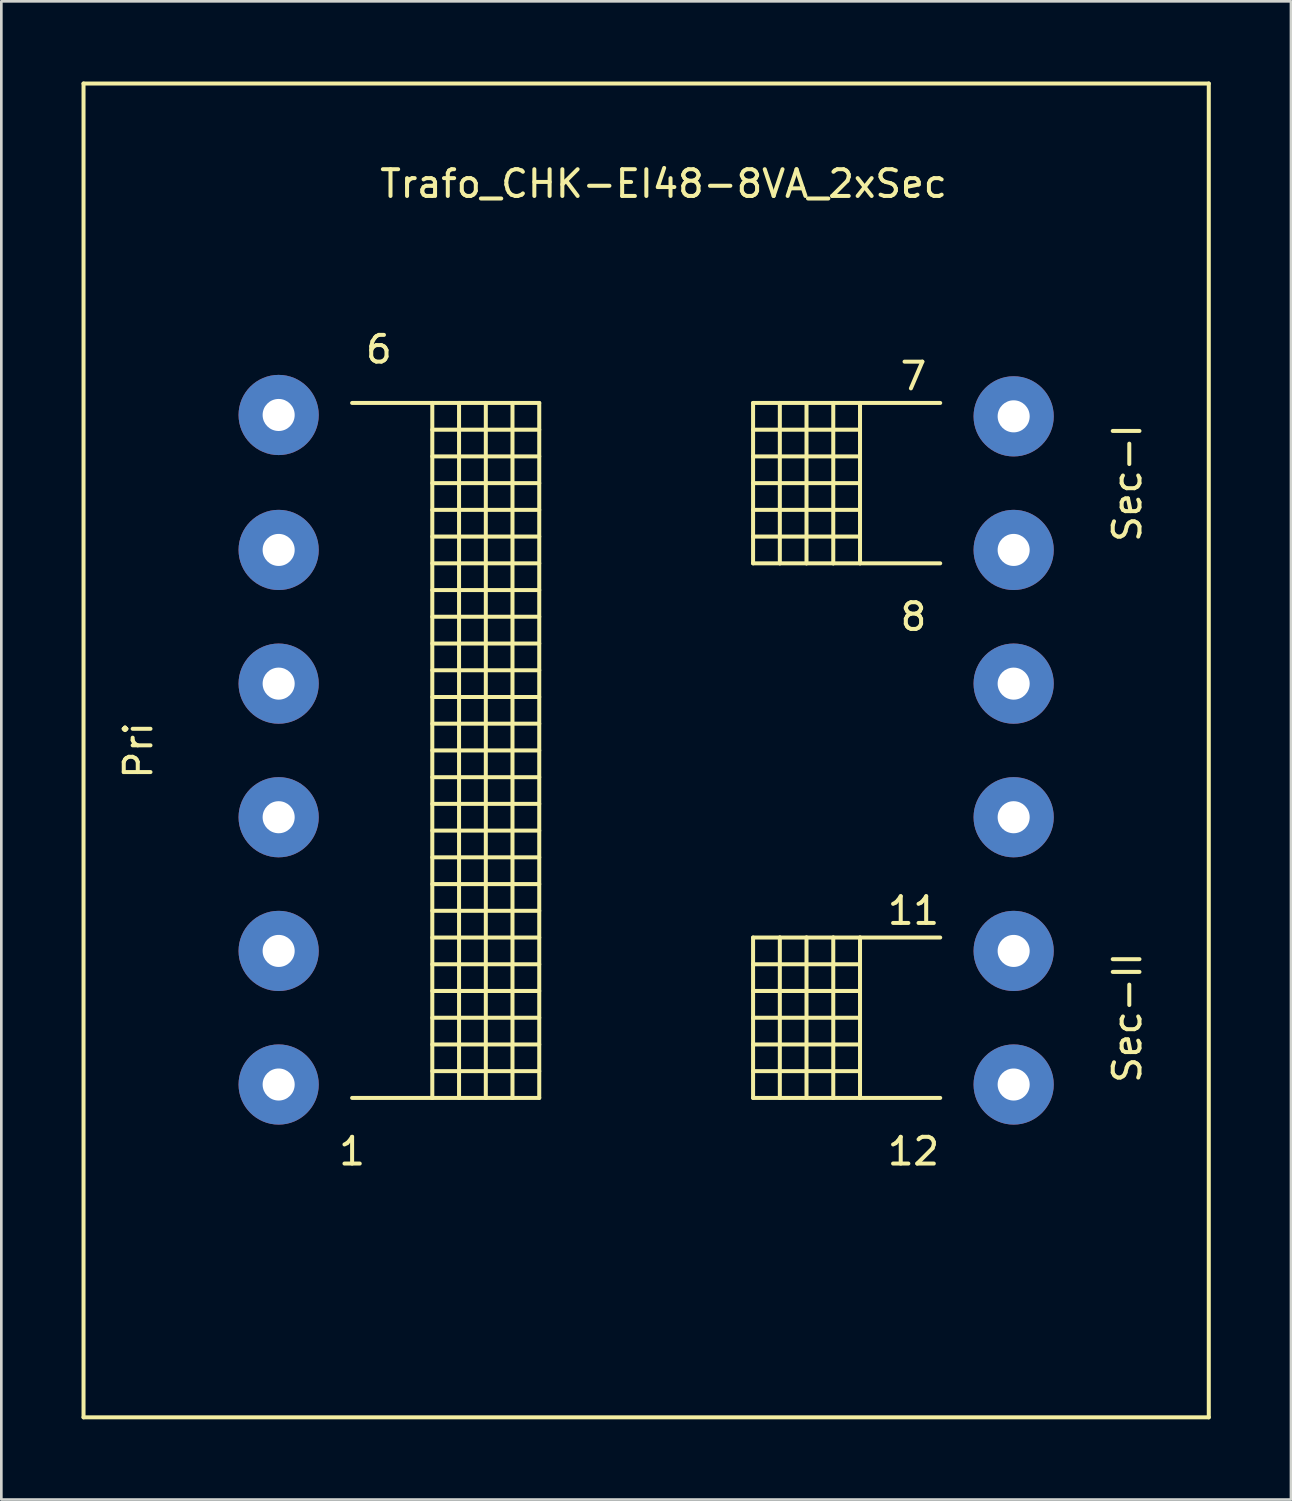
<source format=kicad_pcb>
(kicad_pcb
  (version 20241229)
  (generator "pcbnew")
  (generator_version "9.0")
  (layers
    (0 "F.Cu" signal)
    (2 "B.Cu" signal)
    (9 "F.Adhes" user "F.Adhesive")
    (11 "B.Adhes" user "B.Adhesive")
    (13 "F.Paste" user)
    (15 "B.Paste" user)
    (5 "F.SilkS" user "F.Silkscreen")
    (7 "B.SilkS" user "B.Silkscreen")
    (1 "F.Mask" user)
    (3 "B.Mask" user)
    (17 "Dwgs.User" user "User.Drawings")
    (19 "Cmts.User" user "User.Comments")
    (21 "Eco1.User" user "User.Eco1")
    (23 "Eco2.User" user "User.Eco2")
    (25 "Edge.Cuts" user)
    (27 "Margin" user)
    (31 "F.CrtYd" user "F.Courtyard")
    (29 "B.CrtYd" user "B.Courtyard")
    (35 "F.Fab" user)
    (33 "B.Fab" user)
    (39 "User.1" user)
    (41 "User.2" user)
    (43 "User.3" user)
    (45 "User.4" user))
  (footprint "Trafo_CHK-EI48-8VA_2xSec"
    (layer "F.Cu")
    (at 21.124 25.025)
    (property "Reference" "Trafo_CHK-EI48-8VA_2xSec" (at 0.65 -21.199 0) (layer "F.SilkS") (effects (font (size 1 1) (thickness 0.15))))
    (attr through_hole)
    (fp_line (start -21.049 -24.95) (end 21.049 -24.95) (stroke (width 0.15) (type solid)) (layer "F.SilkS"))
    (fp_line (start -21.049 24.95) (end -21.049 -24.95) (stroke (width 0.15) (type solid)) (layer "F.SilkS"))
    (fp_line (start -11.001 -13) (end -8.001 -13) (stroke (width 0.15) (type solid)) (layer "F.SilkS"))
    (fp_line (start -8.001 -13) (end -8.001 13) (stroke (width 0.15) (type solid)) (layer "F.SilkS"))
    (fp_line (start -8.001 -13) (end -7 -13) (stroke (width 0.15) (type solid)) (layer "F.SilkS"))
    (fp_line (start -8.001 -11.999) (end -4 -11.999) (stroke (width 0.15) (type solid)) (layer "F.SilkS"))
    (fp_line (start -8.001 -11.001) (end -4 -11.001) (stroke (width 0.15) (type solid)) (layer "F.SilkS"))
    (fp_line (start -8.001 -10) (end -4 -10) (stroke (width 0.15) (type solid)) (layer "F.SilkS"))
    (fp_line (start -8.001 -8.999) (end -4 -8.999) (stroke (width 0.15) (type solid)) (layer "F.SilkS"))
    (fp_line (start -8.001 -8.001) (end -4 -8.001) (stroke (width 0.15) (type solid)) (layer "F.SilkS"))
    (fp_line (start -8.001 -7) (end -4 -7) (stroke (width 0.15) (type solid)) (layer "F.SilkS"))
    (fp_line (start -8.001 -5.999) (end -4 -5.999) (stroke (width 0.15) (type solid)) (layer "F.SilkS"))
    (fp_line (start -8.001 -5.001) (end -4 -5.001) (stroke (width 0.15) (type solid)) (layer "F.SilkS"))
    (fp_line (start -8.001 -4) (end -4 -4) (stroke (width 0.15) (type solid)) (layer "F.SilkS"))
    (fp_line (start -8.001 -3) (end -4 -3) (stroke (width 0.15) (type solid)) (layer "F.SilkS"))
    (fp_line (start -8.001 -1.001) (end -4 -1.001) (stroke (width 0.15) (type solid)) (layer "F.SilkS"))
    (fp_line (start -8.001 0) (end -4 0) (stroke (width 0.15) (type solid)) (layer "F.SilkS"))
    (fp_line (start -8.001 1.999) (end -4 1.999) (stroke (width 0.15) (type solid)) (layer "F.SilkS"))
    (fp_line (start -8.001 4) (end -4 4) (stroke (width 0.15) (type solid)) (layer "F.SilkS"))
    (fp_line (start -8.001 5.999) (end -4 5.999) (stroke (width 0.15) (type solid)) (layer "F.SilkS"))
    (fp_line (start -8.001 8.001) (end -4 8.001) (stroke (width 0.15) (type solid)) (layer "F.SilkS"))
    (fp_line (start -8.001 10) (end -4 10) (stroke (width 0.15) (type solid)) (layer "F.SilkS"))
    (fp_line (start -8.001 11.999) (end -4 11.999) (stroke (width 0.15) (type solid)) (layer "F.SilkS"))
    (fp_line (start -8.001 13) (end -11.001 13) (stroke (width 0.15) (type solid)) (layer "F.SilkS"))
    (fp_line (start -7 -13) (end -7 13) (stroke (width 0.15) (type solid)) (layer "F.SilkS"))
    (fp_line (start -7 -13) (end -5.999 -13) (stroke (width 0.15) (type solid)) (layer "F.SilkS"))
    (fp_line (start -7 13) (end -8.001 13) (stroke (width 0.15) (type solid)) (layer "F.SilkS"))
    (fp_line (start -5.999 -13) (end -5.999 13) (stroke (width 0.15) (type solid)) (layer "F.SilkS"))
    (fp_line (start -5.999 -13) (end -5.001 -13) (stroke (width 0.15) (type solid)) (layer "F.SilkS"))
    (fp_line (start -5.999 13) (end -7 13) (stroke (width 0.15) (type solid)) (layer "F.SilkS"))
    (fp_line (start -5.001 -13) (end -5.001 13) (stroke (width 0.15) (type solid)) (layer "F.SilkS"))
    (fp_line (start -5.001 -13) (end -4 -13) (stroke (width 0.15) (type solid)) (layer "F.SilkS"))
    (fp_line (start -5.001 13) (end -5.999 13) (stroke (width 0.15) (type solid)) (layer "F.SilkS"))
    (fp_line (start -4 -13) (end -4 13) (stroke (width 0.15) (type solid)) (layer "F.SilkS"))
    (fp_line (start -4 -1.999) (end -8.001 -1.999) (stroke (width 0.15) (type solid)) (layer "F.SilkS"))
    (fp_line (start -4 1.001) (end -8.001 1.001) (stroke (width 0.15) (type solid)) (layer "F.SilkS"))
    (fp_line (start -4 3) (end -8.001 3) (stroke (width 0.15) (type solid)) (layer "F.SilkS"))
    (fp_line (start -4 5.001) (end -8.001 5.001) (stroke (width 0.15) (type solid)) (layer "F.SilkS"))
    (fp_line (start -4 7) (end -8.001 7) (stroke (width 0.15) (type solid)) (layer "F.SilkS"))
    (fp_line (start -4 8.999) (end -8.001 8.999) (stroke (width 0.15) (type solid)) (layer "F.SilkS"))
    (fp_line (start -4 11.001) (end -8.001 11.001) (stroke (width 0.15) (type solid)) (layer "F.SilkS"))
    (fp_line (start -4 13) (end -5.001 13) (stroke (width 0.15) (type solid)) (layer "F.SilkS"))
    (fp_line (start 4 -13) (end 4 -7) (stroke (width 0.15) (type solid)) (layer "F.SilkS"))
    (fp_line (start 4 -11.999) (end 8.001 -11.999) (stroke (width 0.15) (type solid)) (layer "F.SilkS"))
    (fp_line (start 4 -11.001) (end 8.001 -11.001) (stroke (width 0.15) (type solid)) (layer "F.SilkS"))
    (fp_line (start 4 -10) (end 8.001 -10) (stroke (width 0.15) (type solid)) (layer "F.SilkS"))
    (fp_line (start 4 -8.999) (end 8.001 -8.999) (stroke (width 0.15) (type solid)) (layer "F.SilkS"))
    (fp_line (start 4 -8.001) (end 8.001 -8.001) (stroke (width 0.15) (type solid)) (layer "F.SilkS"))
    (fp_line (start 4 -7) (end 5.001 -7) (stroke (width 0.15) (type solid)) (layer "F.SilkS"))
    (fp_line (start 4 7) (end 4 13) (stroke (width 0.15) (type solid)) (layer "F.SilkS"))
    (fp_line (start 4 8.001) (end 8.001 8.001) (stroke (width 0.15) (type solid)) (layer "F.SilkS"))
    (fp_line (start 4 8.999) (end 8.001 8.999) (stroke (width 0.15) (type solid)) (layer "F.SilkS"))
    (fp_line (start 4 10) (end 8.001 10) (stroke (width 0.15) (type solid)) (layer "F.SilkS"))
    (fp_line (start 4 11.001) (end 8.001 11.001) (stroke (width 0.15) (type solid)) (layer "F.SilkS"))
    (fp_line (start 4 11.999) (end 8.001 11.999) (stroke (width 0.15) (type solid)) (layer "F.SilkS"))
    (fp_line (start 4 13) (end 5.001 13) (stroke (width 0.15) (type solid)) (layer "F.SilkS"))
    (fp_line (start 5.001 -13) (end 4 -13) (stroke (width 0.15) (type solid)) (layer "F.SilkS"))
    (fp_line (start 5.001 -13) (end 5.001 -7) (stroke (width 0.15) (type solid)) (layer "F.SilkS"))
    (fp_line (start 5.001 -7) (end 5.999 -7) (stroke (width 0.15) (type solid)) (layer "F.SilkS"))
    (fp_line (start 5.001 7) (end 4 7) (stroke (width 0.15) (type solid)) (layer "F.SilkS"))
    (fp_line (start 5.001 7) (end 5.001 13) (stroke (width 0.15) (type solid)) (layer "F.SilkS"))
    (fp_line (start 5.001 13) (end 5.999 13) (stroke (width 0.15) (type solid)) (layer "F.SilkS"))
    (fp_line (start 5.999 -13) (end 5.001 -13) (stroke (width 0.15) (type solid)) (layer "F.SilkS"))
    (fp_line (start 5.999 -13) (end 5.999 -7) (stroke (width 0.15) (type solid)) (layer "F.SilkS"))
    (fp_line (start 5.999 -7) (end 7 -7) (stroke (width 0.15) (type solid)) (layer "F.SilkS"))
    (fp_line (start 5.999 7) (end 5.001 7) (stroke (width 0.15) (type solid)) (layer "F.SilkS"))
    (fp_line (start 5.999 7) (end 5.999 13) (stroke (width 0.15) (type solid)) (layer "F.SilkS"))
    (fp_line (start 5.999 13) (end 7 13) (stroke (width 0.15) (type solid)) (layer "F.SilkS"))
    (fp_line (start 7 -13) (end 5.999 -13) (stroke (width 0.15) (type solid)) (layer "F.SilkS"))
    (fp_line (start 7 -13) (end 7 -7) (stroke (width 0.15) (type solid)) (layer "F.SilkS"))
    (fp_line (start 7 -7) (end 8.001 -7) (stroke (width 0.15) (type solid)) (layer "F.SilkS"))
    (fp_line (start 7 7) (end 5.999 7) (stroke (width 0.15) (type solid)) (layer "F.SilkS"))
    (fp_line (start 7 7) (end 7 13) (stroke (width 0.15) (type solid)) (layer "F.SilkS"))
    (fp_line (start 7 13) (end 8.001 13) (stroke (width 0.15) (type solid)) (layer "F.SilkS"))
    (fp_line (start 8.001 -13) (end 7 -13) (stroke (width 0.15) (type solid)) (layer "F.SilkS"))
    (fp_line (start 8.001 -13) (end 8.001 -7) (stroke (width 0.15) (type solid)) (layer "F.SilkS"))
    (fp_line (start 8.001 -7) (end 11.001 -7) (stroke (width 0.15) (type solid)) (layer "F.SilkS"))
    (fp_line (start 8.001 7) (end 7 7) (stroke (width 0.15) (type solid)) (layer "F.SilkS"))
    (fp_line (start 8.001 7) (end 8.001 13) (stroke (width 0.15) (type solid)) (layer "F.SilkS"))
    (fp_line (start 8.001 13) (end 11.001 13) (stroke (width 0.15) (type solid)) (layer "F.SilkS"))
    (fp_line (start 11.001 -13) (end 8.001 -13) (stroke (width 0.15) (type solid)) (layer "F.SilkS"))
    (fp_line (start 11.001 7) (end 8.001 7) (stroke (width 0.15) (type solid)) (layer "F.SilkS"))
    (fp_line (start 21.049 -24.95) (end 21.049 24.95) (stroke (width 0.15) (type solid)) (layer "F.SilkS"))
    (fp_line (start 21.049 24.95) (end -21.049 24.95) (stroke (width 0.15) (type solid)) (layer "F.SilkS"))
    (fp_text user "1" (at -11.001 15.001 0) (layer "F.SilkS") (effects (font (size 1 1) (thickness 0.15))))
    (fp_text user "Sec-II" (at 18.001 10 90) (layer "F.SilkS") (effects (font (size 1 1) (thickness 0.15))))
    (fp_text user "12" (at 10 15.001 0) (layer "F.SilkS") (effects (font (size 1 1) (thickness 0.15))))
    (fp_text user "7" (at 10 -14 0) (layer "F.SilkS") (effects (font (size 1 1) (thickness 0.15))))
    (fp_text user "Sec-I" (at 18.001 -10 90) (layer "F.SilkS") (effects (font (size 1 1) (thickness 0.15))))
    (fp_text user "6" (at -10 -15.001 0) (layer "F.SilkS") (effects (font (size 1 1) (thickness 0.15))))
    (fp_text user "Pri" (at -18.999 0 90) (layer "F.SilkS") (effects (font (size 1 1) (thickness 0.15))))
    (fp_text user "8" (at 10 -5.001 0) (layer "F.SilkS") (effects (font (size 1 1) (thickness 0.15))))
    (fp_text user "11" (at 10 5.999 0) (layer "F.SilkS") (effects (font (size 1 1) (thickness 0.15))))
    (pad "1" thru_hole circle (at -13.749 12.499) (size 3 3) (drill 1.199) (layers "*.Cu" "*.Mask"))
    (pad "2" thru_hole circle (at -13.749 7.501) (size 3 3) (drill 1.199) (layers "*.Cu" "*.Mask"))
    (pad "3" thru_hole circle (at -13.749 2.499) (size 3 3) (drill 1.199) (layers "*.Cu" "*.Mask"))
    (pad "4" thru_hole circle (at -13.749 -2.499) (size 3 3) (drill 1.199) (layers "*.Cu" "*.Mask"))
    (pad "5" thru_hole circle (at -13.749 -7.501) (size 3 3) (drill 1.199) (layers "*.Cu" "*.Mask"))
    (pad "6" thru_hole circle (at -13.749 -12.55) (size 3 3) (drill 1.199) (layers "*.Cu" "*.Mask"))
    (pad "7" thru_hole circle (at 13.749 -12.499) (size 3 3) (drill 1.199) (layers "*.Cu" "*.Mask"))
    (pad "8" thru_hole circle (at 13.749 -7.501) (size 3 3) (drill 1.199) (layers "*.Cu" "*.Mask"))
    (pad "9" thru_hole circle (at 13.749 -2.499) (size 3 3) (drill 1.199) (layers "*.Cu" "*.Mask"))
    (pad "10" thru_hole circle (at 13.749 2.499) (size 3 3) (drill 1.199) (layers "*.Cu" "*.Mask"))
    (pad "11" thru_hole circle (at 13.749 7.501) (size 3 3) (drill 1.199) (layers "*.Cu" "*.Mask"))
    (pad "12" thru_hole circle (at 13.749 12.499) (size 3 3) (drill 1.199) (layers "*.Cu" "*.Mask")))
  (gr_rect
    (start -3 -3)
    (end 45.248 53.051)
    (stroke (width 0.1) (type default))
    (fill no)
    (layer "Edge.Cuts")))
</source>
